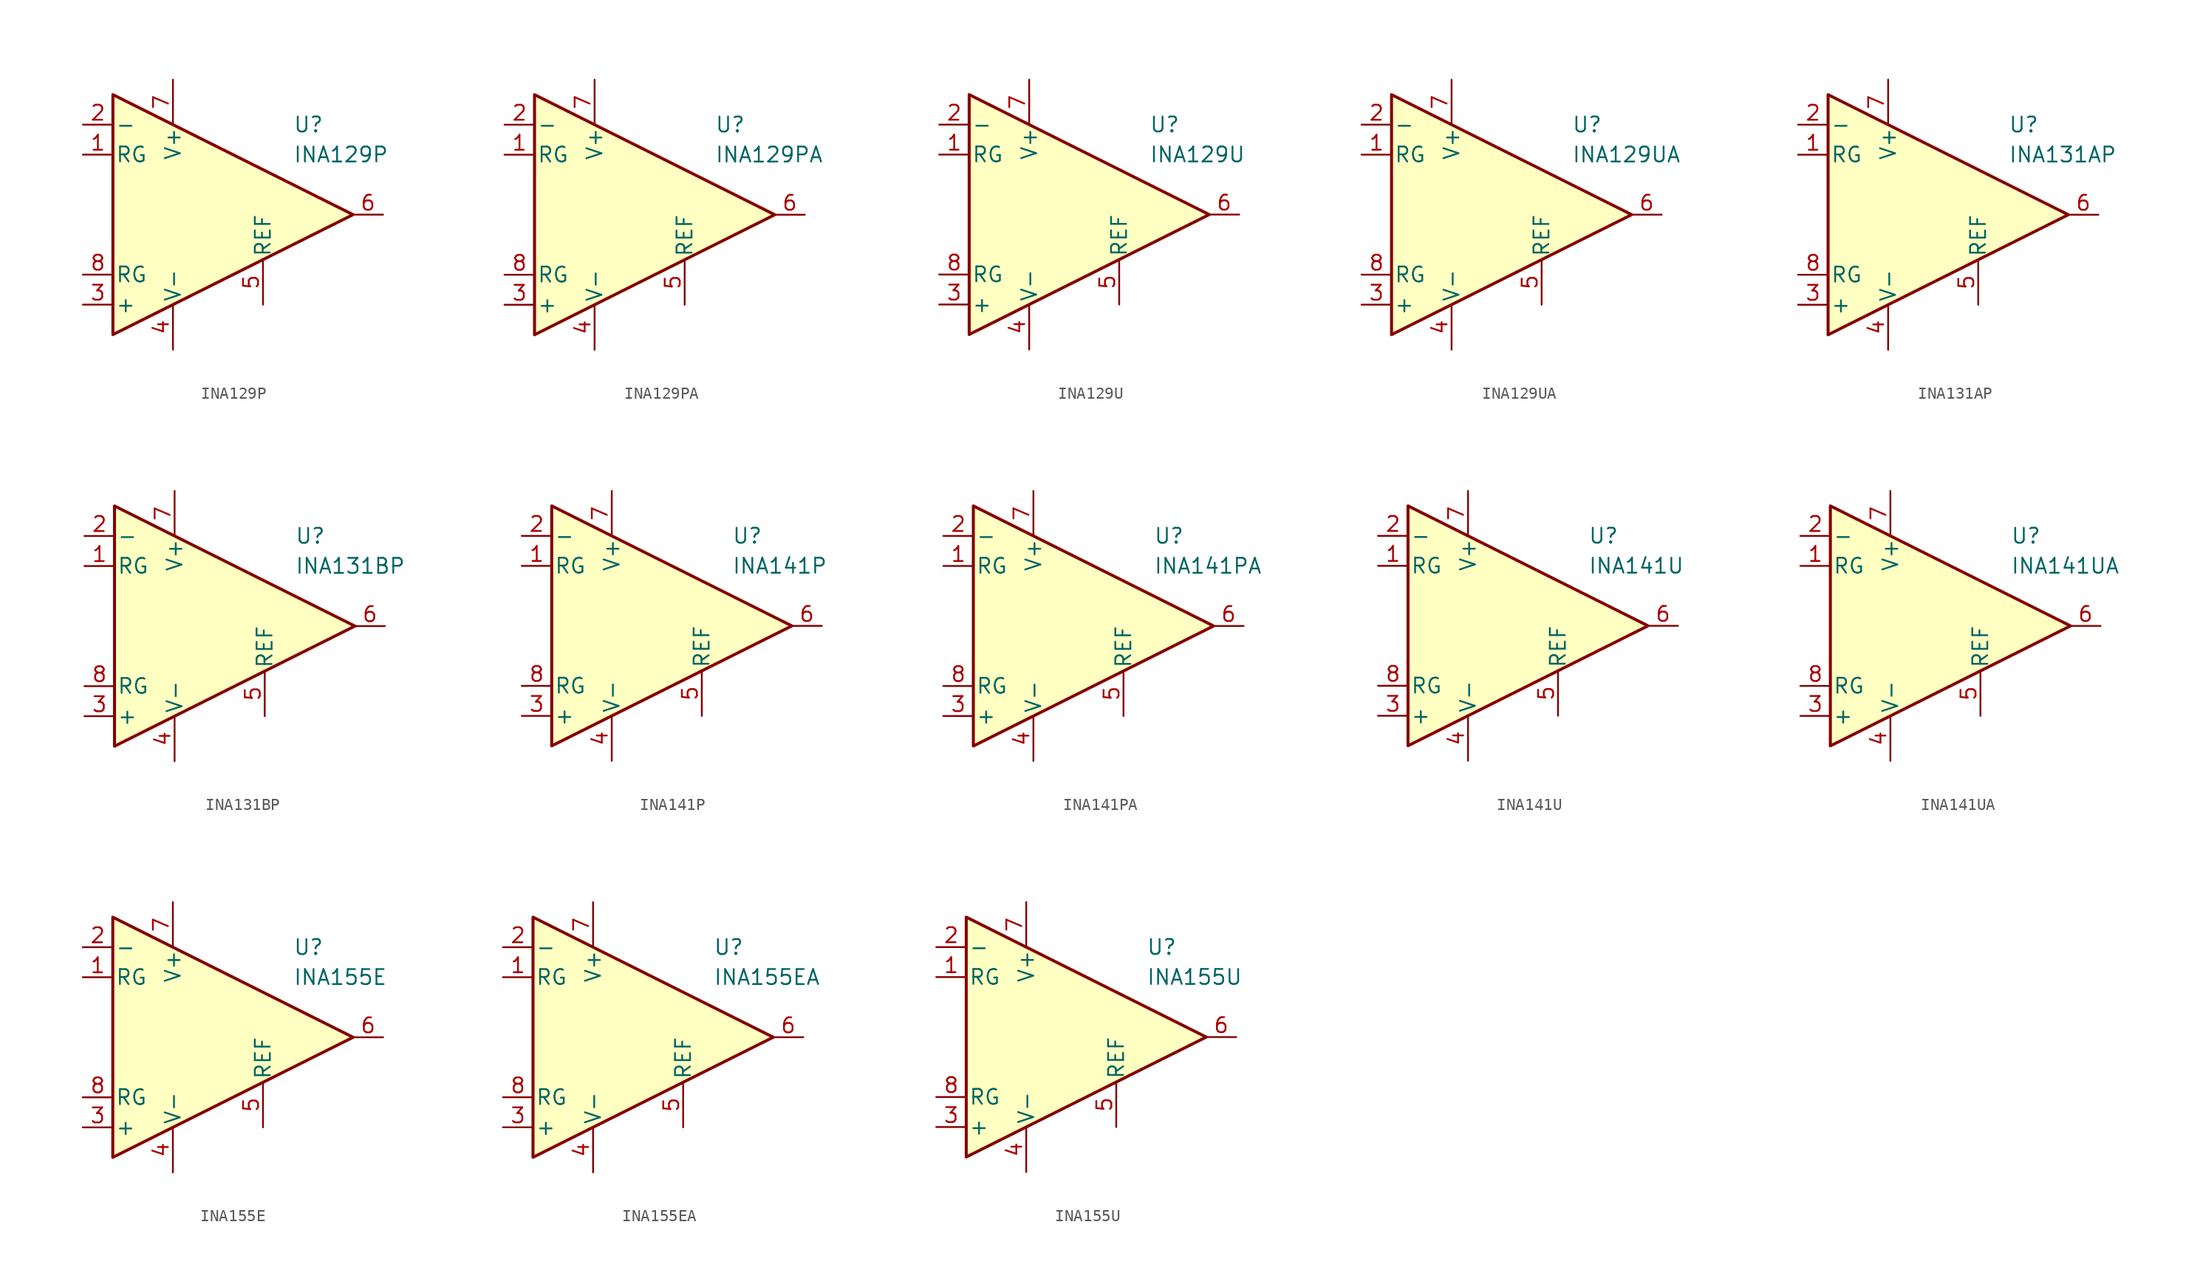
<source format=kicad_sym>
(kicad_symbol_lib
  (version 20231120)
  (generator "kicad_symbol_editor")
  (generator_version "8.0")
  (symbol "INA129P"
    (pin_names
      (offset 0.2))
    (property "Reference" "U"
      (at 6.35 7.62 0)
      (effects (font (size 1.27 1.27)) (justify left)))
    (property "Value" "INA129P"
      (at 6.35 5.08 0)
      (effects (font (size 1.27 1.27)) (justify left)))
    (symbol "INA129P_0_1"
      (polyline (pts (xy -8.89 10.16) (xy -8.89 -10.16) (xy 11.43 0) (xy -8.89 10.16)) (stroke (width 0.254) (type default)) (fill (type background))))
    (symbol "INA129P_1_1"
      (pin passive line (at -11.43 5.08 0) (length 2.54) (name "RG" (effects (font (size 1.27 1.27)))) (number "1" (effects (font (size 1.27 1.27)))))
      (pin input line (at -11.43 7.62 0) (length 2.54) (name "-" (effects (font (size 1.27 1.27)))) (number "2" (effects (font (size 1.27 1.27)))))
      (pin input line (at -11.43 -7.62 0) (length 2.54) (name "+" (effects (font (size 1.27 1.27)))) (number "3" (effects (font (size 1.27 1.27)))))
      (pin power_in line (at -3.81 -11.43 90) (length 3.81) (name "V-" (effects (font (size 1.27 1.27)))) (number "4" (effects (font (size 1.27 1.27)))))
      (pin input line (at 3.81 -7.62 90) (length 3.81) (name "REF" (effects (font (size 1.27 1.27)))) (number "5" (effects (font (size 1.27 1.27)))))
      (pin output line (at 13.97 0 180) (length 2.54) (name "~" (effects (font (size 1.27 1.27)))) (number "6" (effects (font (size 1.27 1.27)))))
      (pin power_in line (at -3.81 11.43 270) (length 3.81) (name "V+" (effects (font (size 1.27 1.27)))) (number "7" (effects (font (size 1.27 1.27)))))
      (pin passive line (at -11.43 -5.08 0) (length 2.54) (name "RG" (effects (font (size 1.27 1.27)))) (number "8" (effects (font (size 1.27 1.27)))))))
  (symbol "INA129PA"
    (pin_names
      (offset 0.2))
    (property "Reference" "U"
      (at 6.35 7.62 0)
      (effects (font (size 1.27 1.27)) (justify left)))
    (property "Value" "INA129PA"
      (at 6.35 5.08 0)
      (effects (font (size 1.27 1.27)) (justify left)))
    (symbol "INA129PA_0_1"
      (polyline (pts (xy -8.89 10.16) (xy -8.89 -10.16) (xy 11.43 0) (xy -8.89 10.16)) (stroke (width 0.254) (type default)) (fill (type background))))
    (symbol "INA129PA_1_1"
      (pin passive line (at -11.43 5.08 0) (length 2.54) (name "RG" (effects (font (size 1.27 1.27)))) (number "1" (effects (font (size 1.27 1.27)))))
      (pin input line (at -11.43 7.62 0) (length 2.54) (name "-" (effects (font (size 1.27 1.27)))) (number "2" (effects (font (size 1.27 1.27)))))
      (pin input line (at -11.43 -7.62 0) (length 2.54) (name "+" (effects (font (size 1.27 1.27)))) (number "3" (effects (font (size 1.27 1.27)))))
      (pin power_in line (at -3.81 -11.43 90) (length 3.81) (name "V-" (effects (font (size 1.27 1.27)))) (number "4" (effects (font (size 1.27 1.27)))))
      (pin input line (at 3.81 -7.62 90) (length 3.81) (name "REF" (effects (font (size 1.27 1.27)))) (number "5" (effects (font (size 1.27 1.27)))))
      (pin output line (at 13.97 0 180) (length 2.54) (name "~" (effects (font (size 1.27 1.27)))) (number "6" (effects (font (size 1.27 1.27)))))
      (pin power_in line (at -3.81 11.43 270) (length 3.81) (name "V+" (effects (font (size 1.27 1.27)))) (number "7" (effects (font (size 1.27 1.27)))))
      (pin passive line (at -11.43 -5.08 0) (length 2.54) (name "RG" (effects (font (size 1.27 1.27)))) (number "8" (effects (font (size 1.27 1.27)))))))
  (symbol "INA129U"
    (pin_names
      (offset 0.2))
    (property "Reference" "U"
      (at 6.35 7.62 0)
      (effects (font (size 1.27 1.27)) (justify left)))
    (property "Value" "INA129U"
      (at 6.35 5.08 0)
      (effects (font (size 1.27 1.27)) (justify left)))
    (symbol "INA129U_0_1"
      (polyline (pts (xy -8.89 10.16) (xy -8.89 -10.16) (xy 11.43 0) (xy -8.89 10.16)) (stroke (width 0.254) (type default)) (fill (type background))))
    (symbol "INA129U_1_1"
      (pin passive line (at -11.43 5.08 0) (length 2.54) (name "RG" (effects (font (size 1.27 1.27)))) (number "1" (effects (font (size 1.27 1.27)))))
      (pin input line (at -11.43 7.62 0) (length 2.54) (name "-" (effects (font (size 1.27 1.27)))) (number "2" (effects (font (size 1.27 1.27)))))
      (pin input line (at -11.43 -7.62 0) (length 2.54) (name "+" (effects (font (size 1.27 1.27)))) (number "3" (effects (font (size 1.27 1.27)))))
      (pin power_in line (at -3.81 -11.43 90) (length 3.81) (name "V-" (effects (font (size 1.27 1.27)))) (number "4" (effects (font (size 1.27 1.27)))))
      (pin input line (at 3.81 -7.62 90) (length 3.81) (name "REF" (effects (font (size 1.27 1.27)))) (number "5" (effects (font (size 1.27 1.27)))))
      (pin output line (at 13.97 0 180) (length 2.54) (name "~" (effects (font (size 1.27 1.27)))) (number "6" (effects (font (size 1.27 1.27)))))
      (pin power_in line (at -3.81 11.43 270) (length 3.81) (name "V+" (effects (font (size 1.27 1.27)))) (number "7" (effects (font (size 1.27 1.27)))))
      (pin passive line (at -11.43 -5.08 0) (length 2.54) (name "RG" (effects (font (size 1.27 1.27)))) (number "8" (effects (font (size 1.27 1.27)))))))
  (symbol "INA129UA"
    (pin_names
      (offset 0.2))
    (property "Reference" "U"
      (at 6.35 7.62 0)
      (effects (font (size 1.27 1.27)) (justify left)))
    (property "Value" "INA129UA"
      (at 6.35 5.08 0)
      (effects (font (size 1.27 1.27)) (justify left)))
    (symbol "INA129UA_0_1"
      (polyline (pts (xy -8.89 10.16) (xy -8.89 -10.16) (xy 11.43 0) (xy -8.89 10.16)) (stroke (width 0.254) (type default)) (fill (type background))))
    (symbol "INA129UA_1_1"
      (pin passive line (at -11.43 5.08 0) (length 2.54) (name "RG" (effects (font (size 1.27 1.27)))) (number "1" (effects (font (size 1.27 1.27)))))
      (pin input line (at -11.43 7.62 0) (length 2.54) (name "-" (effects (font (size 1.27 1.27)))) (number "2" (effects (font (size 1.27 1.27)))))
      (pin input line (at -11.43 -7.62 0) (length 2.54) (name "+" (effects (font (size 1.27 1.27)))) (number "3" (effects (font (size 1.27 1.27)))))
      (pin power_in line (at -3.81 -11.43 90) (length 3.81) (name "V-" (effects (font (size 1.27 1.27)))) (number "4" (effects (font (size 1.27 1.27)))))
      (pin input line (at 3.81 -7.62 90) (length 3.81) (name "REF" (effects (font (size 1.27 1.27)))) (number "5" (effects (font (size 1.27 1.27)))))
      (pin output line (at 13.97 0 180) (length 2.54) (name "~" (effects (font (size 1.27 1.27)))) (number "6" (effects (font (size 1.27 1.27)))))
      (pin power_in line (at -3.81 11.43 270) (length 3.81) (name "V+" (effects (font (size 1.27 1.27)))) (number "7" (effects (font (size 1.27 1.27)))))
      (pin passive line (at -11.43 -5.08 0) (length 2.54) (name "RG" (effects (font (size 1.27 1.27)))) (number "8" (effects (font (size 1.27 1.27)))))))
  (symbol "INA131AP"
    (pin_names
      (offset 0.2))
    (property "Reference" "U"
      (at 6.35 7.62 0)
      (effects (font (size 1.27 1.27)) (justify left)))
    (property "Value" "INA131AP"
      (at 6.35 5.08 0)
      (effects (font (size 1.27 1.27)) (justify left)))
    (symbol "INA131AP_0_1"
      (polyline (pts (xy -8.89 10.16) (xy -8.89 -10.16) (xy 11.43 0) (xy -8.89 10.16)) (stroke (width 0.254) (type default)) (fill (type background))))
    (symbol "INA131AP_1_1"
      (pin passive line (at -11.43 5.08 0) (length 2.54) (name "RG" (effects (font (size 1.27 1.27)))) (number "1" (effects (font (size 1.27 1.27)))))
      (pin input line (at -11.43 7.62 0) (length 2.54) (name "-" (effects (font (size 1.27 1.27)))) (number "2" (effects (font (size 1.27 1.27)))))
      (pin input line (at -11.43 -7.62 0) (length 2.54) (name "+" (effects (font (size 1.27 1.27)))) (number "3" (effects (font (size 1.27 1.27)))))
      (pin power_in line (at -3.81 -11.43 90) (length 3.81) (name "V-" (effects (font (size 1.27 1.27)))) (number "4" (effects (font (size 1.27 1.27)))))
      (pin input line (at 3.81 -7.62 90) (length 3.81) (name "REF" (effects (font (size 1.27 1.27)))) (number "5" (effects (font (size 1.27 1.27)))))
      (pin output line (at 13.97 0 180) (length 2.54) (name "~" (effects (font (size 1.27 1.27)))) (number "6" (effects (font (size 1.27 1.27)))))
      (pin power_in line (at -3.81 11.43 270) (length 3.81) (name "V+" (effects (font (size 1.27 1.27)))) (number "7" (effects (font (size 1.27 1.27)))))
      (pin passive line (at -11.43 -5.08 0) (length 2.54) (name "RG" (effects (font (size 1.27 1.27)))) (number "8" (effects (font (size 1.27 1.27)))))))
  (symbol "INA131BP"
    (pin_names
      (offset 0.2))
    (property "Reference" "U"
      (at 6.35 7.62 0)
      (effects (font (size 1.27 1.27)) (justify left)))
    (property "Value" "INA131BP"
      (at 6.35 5.08 0)
      (effects (font (size 1.27 1.27)) (justify left)))
    (symbol "INA131BP_0_1"
      (polyline (pts (xy -8.89 10.16) (xy -8.89 -10.16) (xy 11.43 0) (xy -8.89 10.16)) (stroke (width 0.254) (type default)) (fill (type background))))
    (symbol "INA131BP_1_1"
      (pin passive line (at -11.43 5.08 0) (length 2.54) (name "RG" (effects (font (size 1.27 1.27)))) (number "1" (effects (font (size 1.27 1.27)))))
      (pin input line (at -11.43 7.62 0) (length 2.54) (name "-" (effects (font (size 1.27 1.27)))) (number "2" (effects (font (size 1.27 1.27)))))
      (pin input line (at -11.43 -7.62 0) (length 2.54) (name "+" (effects (font (size 1.27 1.27)))) (number "3" (effects (font (size 1.27 1.27)))))
      (pin power_in line (at -3.81 -11.43 90) (length 3.81) (name "V-" (effects (font (size 1.27 1.27)))) (number "4" (effects (font (size 1.27 1.27)))))
      (pin input line (at 3.81 -7.62 90) (length 3.81) (name "REF" (effects (font (size 1.27 1.27)))) (number "5" (effects (font (size 1.27 1.27)))))
      (pin output line (at 13.97 0 180) (length 2.54) (name "~" (effects (font (size 1.27 1.27)))) (number "6" (effects (font (size 1.27 1.27)))))
      (pin power_in line (at -3.81 11.43 270) (length 3.81) (name "V+" (effects (font (size 1.27 1.27)))) (number "7" (effects (font (size 1.27 1.27)))))
      (pin passive line (at -11.43 -5.08 0) (length 2.54) (name "RG" (effects (font (size 1.27 1.27)))) (number "8" (effects (font (size 1.27 1.27)))))))
  (symbol "INA141P"
    (pin_names
      (offset 0.2))
    (property "Reference" "U"
      (at 6.35 7.62 0)
      (effects (font (size 1.27 1.27)) (justify left)))
    (property "Value" "INA141P"
      (at 6.35 5.08 0)
      (effects (font (size 1.27 1.27)) (justify left)))
    (symbol "INA141P_0_1"
      (polyline (pts (xy -8.89 10.16) (xy -8.89 -10.16) (xy 11.43 0) (xy -8.89 10.16)) (stroke (width 0.254) (type default)) (fill (type background))))
    (symbol "INA141P_1_1"
      (pin passive line (at -11.43 5.08 0) (length 2.54) (name "RG" (effects (font (size 1.27 1.27)))) (number "1" (effects (font (size 1.27 1.27)))))
      (pin input line (at -11.43 7.62 0) (length 2.54) (name "-" (effects (font (size 1.27 1.27)))) (number "2" (effects (font (size 1.27 1.27)))))
      (pin input line (at -11.43 -7.62 0) (length 2.54) (name "+" (effects (font (size 1.27 1.27)))) (number "3" (effects (font (size 1.27 1.27)))))
      (pin power_in line (at -3.81 -11.43 90) (length 3.81) (name "V-" (effects (font (size 1.27 1.27)))) (number "4" (effects (font (size 1.27 1.27)))))
      (pin input line (at 3.81 -7.62 90) (length 3.81) (name "REF" (effects (font (size 1.27 1.27)))) (number "5" (effects (font (size 1.27 1.27)))))
      (pin output line (at 13.97 0 180) (length 2.54) (name "~" (effects (font (size 1.27 1.27)))) (number "6" (effects (font (size 1.27 1.27)))))
      (pin power_in line (at -3.81 11.43 270) (length 3.81) (name "V+" (effects (font (size 1.27 1.27)))) (number "7" (effects (font (size 1.27 1.27)))))
      (pin passive line (at -11.43 -5.08 0) (length 2.54) (name "RG" (effects (font (size 1.27 1.27)))) (number "8" (effects (font (size 1.27 1.27)))))))
  (symbol "INA141PA"
    (pin_names
      (offset 0.2))
    (property "Reference" "U"
      (at 6.35 7.62 0)
      (effects (font (size 1.27 1.27)) (justify left)))
    (property "Value" "INA141PA"
      (at 6.35 5.08 0)
      (effects (font (size 1.27 1.27)) (justify left)))
    (symbol "INA141PA_0_1"
      (polyline (pts (xy -8.89 10.16) (xy -8.89 -10.16) (xy 11.43 0) (xy -8.89 10.16)) (stroke (width 0.254) (type default)) (fill (type background))))
    (symbol "INA141PA_1_1"
      (pin passive line (at -11.43 5.08 0) (length 2.54) (name "RG" (effects (font (size 1.27 1.27)))) (number "1" (effects (font (size 1.27 1.27)))))
      (pin input line (at -11.43 7.62 0) (length 2.54) (name "-" (effects (font (size 1.27 1.27)))) (number "2" (effects (font (size 1.27 1.27)))))
      (pin input line (at -11.43 -7.62 0) (length 2.54) (name "+" (effects (font (size 1.27 1.27)))) (number "3" (effects (font (size 1.27 1.27)))))
      (pin power_in line (at -3.81 -11.43 90) (length 3.81) (name "V-" (effects (font (size 1.27 1.27)))) (number "4" (effects (font (size 1.27 1.27)))))
      (pin input line (at 3.81 -7.62 90) (length 3.81) (name "REF" (effects (font (size 1.27 1.27)))) (number "5" (effects (font (size 1.27 1.27)))))
      (pin output line (at 13.97 0 180) (length 2.54) (name "~" (effects (font (size 1.27 1.27)))) (number "6" (effects (font (size 1.27 1.27)))))
      (pin power_in line (at -3.81 11.43 270) (length 3.81) (name "V+" (effects (font (size 1.27 1.27)))) (number "7" (effects (font (size 1.27 1.27)))))
      (pin passive line (at -11.43 -5.08 0) (length 2.54) (name "RG" (effects (font (size 1.27 1.27)))) (number "8" (effects (font (size 1.27 1.27)))))))
  (symbol "INA141U"
    (pin_names
      (offset 0.2))
    (property "Reference" "U"
      (at 6.35 7.62 0)
      (effects (font (size 1.27 1.27)) (justify left)))
    (property "Value" "INA141U"
      (at 6.35 5.08 0)
      (effects (font (size 1.27 1.27)) (justify left)))
    (symbol "INA141U_0_1"
      (polyline (pts (xy -8.89 10.16) (xy -8.89 -10.16) (xy 11.43 0) (xy -8.89 10.16)) (stroke (width 0.254) (type default)) (fill (type background))))
    (symbol "INA141U_1_1"
      (pin passive line (at -11.43 5.08 0) (length 2.54) (name "RG" (effects (font (size 1.27 1.27)))) (number "1" (effects (font (size 1.27 1.27)))))
      (pin input line (at -11.43 7.62 0) (length 2.54) (name "-" (effects (font (size 1.27 1.27)))) (number "2" (effects (font (size 1.27 1.27)))))
      (pin input line (at -11.43 -7.62 0) (length 2.54) (name "+" (effects (font (size 1.27 1.27)))) (number "3" (effects (font (size 1.27 1.27)))))
      (pin power_in line (at -3.81 -11.43 90) (length 3.81) (name "V-" (effects (font (size 1.27 1.27)))) (number "4" (effects (font (size 1.27 1.27)))))
      (pin input line (at 3.81 -7.62 90) (length 3.81) (name "REF" (effects (font (size 1.27 1.27)))) (number "5" (effects (font (size 1.27 1.27)))))
      (pin output line (at 13.97 0 180) (length 2.54) (name "~" (effects (font (size 1.27 1.27)))) (number "6" (effects (font (size 1.27 1.27)))))
      (pin power_in line (at -3.81 11.43 270) (length 3.81) (name "V+" (effects (font (size 1.27 1.27)))) (number "7" (effects (font (size 1.27 1.27)))))
      (pin passive line (at -11.43 -5.08 0) (length 2.54) (name "RG" (effects (font (size 1.27 1.27)))) (number "8" (effects (font (size 1.27 1.27)))))))
  (symbol "INA141UA"
    (pin_names
      (offset 0.2))
    (property "Reference" "U"
      (at 6.35 7.62 0)
      (effects (font (size 1.27 1.27)) (justify left)))
    (property "Value" "INA141UA"
      (at 6.35 5.08 0)
      (effects (font (size 1.27 1.27)) (justify left)))
    (symbol "INA141UA_0_1"
      (polyline (pts (xy -8.89 10.16) (xy -8.89 -10.16) (xy 11.43 0) (xy -8.89 10.16)) (stroke (width 0.254) (type default)) (fill (type background))))
    (symbol "INA141UA_1_1"
      (pin passive line (at -11.43 5.08 0) (length 2.54) (name "RG" (effects (font (size 1.27 1.27)))) (number "1" (effects (font (size 1.27 1.27)))))
      (pin input line (at -11.43 7.62 0) (length 2.54) (name "-" (effects (font (size 1.27 1.27)))) (number "2" (effects (font (size 1.27 1.27)))))
      (pin input line (at -11.43 -7.62 0) (length 2.54) (name "+" (effects (font (size 1.27 1.27)))) (number "3" (effects (font (size 1.27 1.27)))))
      (pin power_in line (at -3.81 -11.43 90) (length 3.81) (name "V-" (effects (font (size 1.27 1.27)))) (number "4" (effects (font (size 1.27 1.27)))))
      (pin input line (at 3.81 -7.62 90) (length 3.81) (name "REF" (effects (font (size 1.27 1.27)))) (number "5" (effects (font (size 1.27 1.27)))))
      (pin output line (at 13.97 0 180) (length 2.54) (name "~" (effects (font (size 1.27 1.27)))) (number "6" (effects (font (size 1.27 1.27)))))
      (pin power_in line (at -3.81 11.43 270) (length 3.81) (name "V+" (effects (font (size 1.27 1.27)))) (number "7" (effects (font (size 1.27 1.27)))))
      (pin passive line (at -11.43 -5.08 0) (length 2.54) (name "RG" (effects (font (size 1.27 1.27)))) (number "8" (effects (font (size 1.27 1.27)))))))
  (symbol "INA155E"
    (pin_names
      (offset 0.2))
    (property "Reference" "U"
      (at 6.35 7.62 0)
      (effects (font (size 1.27 1.27)) (justify left)))
    (property "Value" "INA155E"
      (at 6.35 5.08 0)
      (effects (font (size 1.27 1.27)) (justify left)))
    (symbol "INA155E_0_1"
      (polyline (pts (xy -8.89 10.16) (xy -8.89 -10.16) (xy 11.43 0) (xy -8.89 10.16)) (stroke (width 0.254) (type default)) (fill (type background))))
    (symbol "INA155E_1_1"
      (pin passive line (at -11.43 5.08 0) (length 2.54) (name "RG" (effects (font (size 1.27 1.27)))) (number "1" (effects (font (size 1.27 1.27)))))
      (pin input line (at -11.43 7.62 0) (length 2.54) (name "-" (effects (font (size 1.27 1.27)))) (number "2" (effects (font (size 1.27 1.27)))))
      (pin input line (at -11.43 -7.62 0) (length 2.54) (name "+" (effects (font (size 1.27 1.27)))) (number "3" (effects (font (size 1.27 1.27)))))
      (pin power_in line (at -3.81 -11.43 90) (length 3.81) (name "V-" (effects (font (size 1.27 1.27)))) (number "4" (effects (font (size 1.27 1.27)))))
      (pin input line (at 3.81 -7.62 90) (length 3.81) (name "REF" (effects (font (size 1.27 1.27)))) (number "5" (effects (font (size 1.27 1.27)))))
      (pin output line (at 13.97 0 180) (length 2.54) (name "~" (effects (font (size 1.27 1.27)))) (number "6" (effects (font (size 1.27 1.27)))))
      (pin power_in line (at -3.81 11.43 270) (length 3.81) (name "V+" (effects (font (size 1.27 1.27)))) (number "7" (effects (font (size 1.27 1.27)))))
      (pin passive line (at -11.43 -5.08 0) (length 2.54) (name "RG" (effects (font (size 1.27 1.27)))) (number "8" (effects (font (size 1.27 1.27)))))))
  (symbol "INA155EA"
    (pin_names
      (offset 0.2))
    (property "Reference" "U"
      (at 6.35 7.62 0)
      (effects (font (size 1.27 1.27)) (justify left)))
    (property "Value" "INA155EA"
      (at 6.35 5.08 0)
      (effects (font (size 1.27 1.27)) (justify left)))
    (symbol "INA155EA_0_1"
      (polyline (pts (xy -8.89 10.16) (xy -8.89 -10.16) (xy 11.43 0) (xy -8.89 10.16)) (stroke (width 0.254) (type default)) (fill (type background))))
    (symbol "INA155EA_1_1"
      (pin passive line (at -11.43 5.08 0) (length 2.54) (name "RG" (effects (font (size 1.27 1.27)))) (number "1" (effects (font (size 1.27 1.27)))))
      (pin input line (at -11.43 7.62 0) (length 2.54) (name "-" (effects (font (size 1.27 1.27)))) (number "2" (effects (font (size 1.27 1.27)))))
      (pin input line (at -11.43 -7.62 0) (length 2.54) (name "+" (effects (font (size 1.27 1.27)))) (number "3" (effects (font (size 1.27 1.27)))))
      (pin power_in line (at -3.81 -11.43 90) (length 3.81) (name "V-" (effects (font (size 1.27 1.27)))) (number "4" (effects (font (size 1.27 1.27)))))
      (pin input line (at 3.81 -7.62 90) (length 3.81) (name "REF" (effects (font (size 1.27 1.27)))) (number "5" (effects (font (size 1.27 1.27)))))
      (pin output line (at 13.97 0 180) (length 2.54) (name "~" (effects (font (size 1.27 1.27)))) (number "6" (effects (font (size 1.27 1.27)))))
      (pin power_in line (at -3.81 11.43 270) (length 3.81) (name "V+" (effects (font (size 1.27 1.27)))) (number "7" (effects (font (size 1.27 1.27)))))
      (pin passive line (at -11.43 -5.08 0) (length 2.54) (name "RG" (effects (font (size 1.27 1.27)))) (number "8" (effects (font (size 1.27 1.27)))))))
  (symbol "INA155U"
    (pin_names
      (offset 0.2))
    (property "Reference" "U"
      (at 6.35 7.62 0)
      (effects (font (size 1.27 1.27)) (justify left)))
    (property "Value" "INA155U"
      (at 6.35 5.08 0)
      (effects (font (size 1.27 1.27)) (justify left)))
    (symbol "INA155U_0_1"
      (polyline (pts (xy -8.89 10.16) (xy -8.89 -10.16) (xy 11.43 0) (xy -8.89 10.16)) (stroke (width 0.254) (type default)) (fill (type background))))
    (symbol "INA155U_1_1"
      (pin passive line (at -11.43 5.08 0) (length 2.54) (name "RG" (effects (font (size 1.27 1.27)))) (number "1" (effects (font (size 1.27 1.27)))))
      (pin input line (at -11.43 7.62 0) (length 2.54) (name "-" (effects (font (size 1.27 1.27)))) (number "2" (effects (font (size 1.27 1.27)))))
      (pin input line (at -11.43 -7.62 0) (length 2.54) (name "+" (effects (font (size 1.27 1.27)))) (number "3" (effects (font (size 1.27 1.27)))))
      (pin power_in line (at -3.81 -11.43 90) (length 3.81) (name "V-" (effects (font (size 1.27 1.27)))) (number "4" (effects (font (size 1.27 1.27)))))
      (pin input line (at 3.81 -7.62 90) (length 3.81) (name "REF" (effects (font (size 1.27 1.27)))) (number "5" (effects (font (size 1.27 1.27)))))
      (pin output line (at 13.97 0 180) (length 2.54) (name "~" (effects (font (size 1.27 1.27)))) (number "6" (effects (font (size 1.27 1.27)))))
      (pin power_in line (at -3.81 11.43 270) (length 3.81) (name "V+" (effects (font (size 1.27 1.27)))) (number "7" (effects (font (size 1.27 1.27)))))
      (pin passive line (at -11.43 -5.08 0) (length 2.54) (name "RG" (effects (font (size 1.27 1.27)))) (number "8" (effects (font (size 1.27 1.27))))))))
</source>
